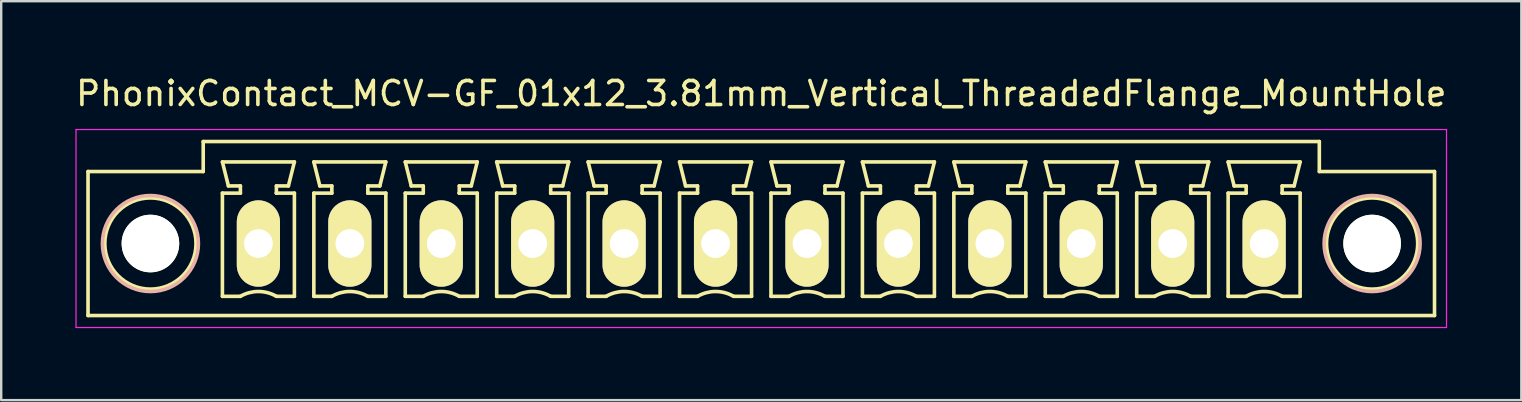
<source format=kicad_pcb>
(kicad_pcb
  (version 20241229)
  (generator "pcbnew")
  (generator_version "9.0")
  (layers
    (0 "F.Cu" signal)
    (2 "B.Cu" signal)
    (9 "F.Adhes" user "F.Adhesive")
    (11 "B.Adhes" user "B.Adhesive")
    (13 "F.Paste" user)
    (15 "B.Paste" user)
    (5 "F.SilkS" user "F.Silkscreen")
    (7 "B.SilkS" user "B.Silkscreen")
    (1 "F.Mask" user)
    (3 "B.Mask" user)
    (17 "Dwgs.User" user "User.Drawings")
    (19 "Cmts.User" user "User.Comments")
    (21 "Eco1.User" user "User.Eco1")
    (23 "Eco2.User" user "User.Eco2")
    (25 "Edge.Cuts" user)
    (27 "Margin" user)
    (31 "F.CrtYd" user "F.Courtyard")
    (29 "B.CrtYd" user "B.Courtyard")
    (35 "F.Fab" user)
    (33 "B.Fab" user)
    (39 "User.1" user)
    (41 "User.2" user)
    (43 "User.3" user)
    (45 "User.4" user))
  (footprint "PhonixContact_MCV-GF_01x12_3.81mm_Vertical_ThreadedFlange_MountHole"
    (layer "F.Cu")
    (at 7.718 7.098)
    (property "Reference" "PhonixContact_MCV-GF_01x12_3.81mm_Vertical_ThreadedFlange_MountHole" (at 20.955 -6.25 0) (layer "F.SilkS") (effects (font (size 1 1) (thickness 0.15))))
    (attr through_hole)
    (fp_line (start -7.1 -3) (end -7.1 3) (stroke (width 0.15) (type solid)) (layer "F.SilkS"))
    (fp_line (start -7.1 3) (end 49.01 3) (stroke (width 0.15) (type solid)) (layer "F.SilkS"))
    (fp_line (start -2.3 -4.25) (end -2.3 -3) (stroke (width 0.15) (type solid)) (layer "F.SilkS"))
    (fp_line (start -2.3 -3) (end -7.1 -3) (stroke (width 0.15) (type solid)) (layer "F.SilkS"))
    (fp_line (start -1.5 -3.4) (end 1.5 -3.4) (stroke (width 0.15) (type solid)) (layer "F.SilkS"))
    (fp_line (start -1.5 -2.1) (end -0.75 -2.1) (stroke (width 0.15) (type solid)) (layer "F.SilkS"))
    (fp_line (start -1.5 2.2) (end -1.5 -2.1) (stroke (width 0.15) (type solid)) (layer "F.SilkS"))
    (fp_line (start -1.25 -2.4) (end -1.5 -3.4) (stroke (width 0.15) (type solid)) (layer "F.SilkS"))
    (fp_line (start -0.75 -2.4) (end -1.25 -2.4) (stroke (width 0.15) (type solid)) (layer "F.SilkS"))
    (fp_line (start -0.75 -2.1) (end -0.75 -2.4) (stroke (width 0.15) (type solid)) (layer "F.SilkS"))
    (fp_line (start -0.75 2.2) (end -1.5 2.2) (stroke (width 0.15) (type solid)) (layer "F.SilkS"))
    (fp_line (start 0.75 -2.4) (end 0.75 -2.1) (stroke (width 0.15) (type solid)) (layer "F.SilkS"))
    (fp_line (start 0.75 -2.1) (end 0.75 -2.1) (stroke (width 0.15) (type solid)) (layer "F.SilkS"))
    (fp_line (start 0.75 -2.1) (end 1.5 -2.1) (stroke (width 0.15) (type solid)) (layer "F.SilkS"))
    (fp_line (start 1.25 -2.4) (end 0.75 -2.4) (stroke (width 0.15) (type solid)) (layer "F.SilkS"))
    (fp_line (start 1.5 -3.4) (end 1.25 -2.4) (stroke (width 0.15) (type solid)) (layer "F.SilkS"))
    (fp_line (start 1.5 -2.1) (end 1.5 2.2) (stroke (width 0.15) (type solid)) (layer "F.SilkS"))
    (fp_line (start 1.5 2.2) (end 0.75 2.2) (stroke (width 0.15) (type solid)) (layer "F.SilkS"))
    (fp_line (start 2.31 -3.4) (end 5.31 -3.4) (stroke (width 0.15) (type solid)) (layer "F.SilkS"))
    (fp_line (start 2.31 -2.1) (end 3.06 -2.1) (stroke (width 0.15) (type solid)) (layer "F.SilkS"))
    (fp_line (start 2.31 2.2) (end 2.31 -2.1) (stroke (width 0.15) (type solid)) (layer "F.SilkS"))
    (fp_line (start 2.56 -2.4) (end 2.31 -3.4) (stroke (width 0.15) (type solid)) (layer "F.SilkS"))
    (fp_line (start 3.06 -2.4) (end 2.56 -2.4) (stroke (width 0.15) (type solid)) (layer "F.SilkS"))
    (fp_line (start 3.06 -2.1) (end 3.06 -2.4) (stroke (width 0.15) (type solid)) (layer "F.SilkS"))
    (fp_line (start 3.06 2.2) (end 2.31 2.2) (stroke (width 0.15) (type solid)) (layer "F.SilkS"))
    (fp_line (start 4.56 -2.4) (end 4.56 -2.1) (stroke (width 0.15) (type solid)) (layer "F.SilkS"))
    (fp_line (start 4.56 -2.1) (end 4.56 -2.1) (stroke (width 0.15) (type solid)) (layer "F.SilkS"))
    (fp_line (start 4.56 -2.1) (end 5.31 -2.1) (stroke (width 0.15) (type solid)) (layer "F.SilkS"))
    (fp_line (start 5.06 -2.4) (end 4.56 -2.4) (stroke (width 0.15) (type solid)) (layer "F.SilkS"))
    (fp_line (start 5.31 -3.4) (end 5.06 -2.4) (stroke (width 0.15) (type solid)) (layer "F.SilkS"))
    (fp_line (start 5.31 -2.1) (end 5.31 2.2) (stroke (width 0.15) (type solid)) (layer "F.SilkS"))
    (fp_line (start 5.31 2.2) (end 4.56 2.2) (stroke (width 0.15) (type solid)) (layer "F.SilkS"))
    (fp_line (start 6.12 -3.4) (end 9.12 -3.4) (stroke (width 0.15) (type solid)) (layer "F.SilkS"))
    (fp_line (start 6.12 -2.1) (end 6.87 -2.1) (stroke (width 0.15) (type solid)) (layer "F.SilkS"))
    (fp_line (start 6.12 2.2) (end 6.12 -2.1) (stroke (width 0.15) (type solid)) (layer "F.SilkS"))
    (fp_line (start 6.37 -2.4) (end 6.12 -3.4) (stroke (width 0.15) (type solid)) (layer "F.SilkS"))
    (fp_line (start 6.87 -2.4) (end 6.37 -2.4) (stroke (width 0.15) (type solid)) (layer "F.SilkS"))
    (fp_line (start 6.87 -2.1) (end 6.87 -2.4) (stroke (width 0.15) (type solid)) (layer "F.SilkS"))
    (fp_line (start 6.87 2.2) (end 6.12 2.2) (stroke (width 0.15) (type solid)) (layer "F.SilkS"))
    (fp_line (start 8.37 -2.4) (end 8.37 -2.1) (stroke (width 0.15) (type solid)) (layer "F.SilkS"))
    (fp_line (start 8.37 -2.1) (end 8.37 -2.1) (stroke (width 0.15) (type solid)) (layer "F.SilkS"))
    (fp_line (start 8.37 -2.1) (end 9.12 -2.1) (stroke (width 0.15) (type solid)) (layer "F.SilkS"))
    (fp_line (start 8.87 -2.4) (end 8.37 -2.4) (stroke (width 0.15) (type solid)) (layer "F.SilkS"))
    (fp_line (start 9.12 -3.4) (end 8.87 -2.4) (stroke (width 0.15) (type solid)) (layer "F.SilkS"))
    (fp_line (start 9.12 -2.1) (end 9.12 2.2) (stroke (width 0.15) (type solid)) (layer "F.SilkS"))
    (fp_line (start 9.12 2.2) (end 8.37 2.2) (stroke (width 0.15) (type solid)) (layer "F.SilkS"))
    (fp_line (start 9.93 -3.4) (end 12.93 -3.4) (stroke (width 0.15) (type solid)) (layer "F.SilkS"))
    (fp_line (start 9.93 -2.1) (end 10.68 -2.1) (stroke (width 0.15) (type solid)) (layer "F.SilkS"))
    (fp_line (start 9.93 2.2) (end 9.93 -2.1) (stroke (width 0.15) (type solid)) (layer "F.SilkS"))
    (fp_line (start 10.18 -2.4) (end 9.93 -3.4) (stroke (width 0.15) (type solid)) (layer "F.SilkS"))
    (fp_line (start 10.68 -2.4) (end 10.18 -2.4) (stroke (width 0.15) (type solid)) (layer "F.SilkS"))
    (fp_line (start 10.68 -2.1) (end 10.68 -2.4) (stroke (width 0.15) (type solid)) (layer "F.SilkS"))
    (fp_line (start 10.68 2.2) (end 9.93 2.2) (stroke (width 0.15) (type solid)) (layer "F.SilkS"))
    (fp_line (start 12.18 -2.4) (end 12.18 -2.1) (stroke (width 0.15) (type solid)) (layer "F.SilkS"))
    (fp_line (start 12.18 -2.1) (end 12.18 -2.1) (stroke (width 0.15) (type solid)) (layer "F.SilkS"))
    (fp_line (start 12.18 -2.1) (end 12.93 -2.1) (stroke (width 0.15) (type solid)) (layer "F.SilkS"))
    (fp_line (start 12.68 -2.4) (end 12.18 -2.4) (stroke (width 0.15) (type solid)) (layer "F.SilkS"))
    (fp_line (start 12.93 -3.4) (end 12.68 -2.4) (stroke (width 0.15) (type solid)) (layer "F.SilkS"))
    (fp_line (start 12.93 -2.1) (end 12.93 2.2) (stroke (width 0.15) (type solid)) (layer "F.SilkS"))
    (fp_line (start 12.93 2.2) (end 12.18 2.2) (stroke (width 0.15) (type solid)) (layer "F.SilkS"))
    (fp_line (start 13.74 -3.4) (end 16.74 -3.4) (stroke (width 0.15) (type solid)) (layer "F.SilkS"))
    (fp_line (start 13.74 -2.1) (end 14.49 -2.1) (stroke (width 0.15) (type solid)) (layer "F.SilkS"))
    (fp_line (start 13.74 2.2) (end 13.74 -2.1) (stroke (width 0.15) (type solid)) (layer "F.SilkS"))
    (fp_line (start 13.99 -2.4) (end 13.74 -3.4) (stroke (width 0.15) (type solid)) (layer "F.SilkS"))
    (fp_line (start 14.49 -2.4) (end 13.99 -2.4) (stroke (width 0.15) (type solid)) (layer "F.SilkS"))
    (fp_line (start 14.49 -2.1) (end 14.49 -2.4) (stroke (width 0.15) (type solid)) (layer "F.SilkS"))
    (fp_line (start 14.49 2.2) (end 13.74 2.2) (stroke (width 0.15) (type solid)) (layer "F.SilkS"))
    (fp_line (start 15.99 -2.4) (end 15.99 -2.1) (stroke (width 0.15) (type solid)) (layer "F.SilkS"))
    (fp_line (start 15.99 -2.1) (end 15.99 -2.1) (stroke (width 0.15) (type solid)) (layer "F.SilkS"))
    (fp_line (start 15.99 -2.1) (end 16.74 -2.1) (stroke (width 0.15) (type solid)) (layer "F.SilkS"))
    (fp_line (start 16.49 -2.4) (end 15.99 -2.4) (stroke (width 0.15) (type solid)) (layer "F.SilkS"))
    (fp_line (start 16.74 -3.4) (end 16.49 -2.4) (stroke (width 0.15) (type solid)) (layer "F.SilkS"))
    (fp_line (start 16.74 -2.1) (end 16.74 2.2) (stroke (width 0.15) (type solid)) (layer "F.SilkS"))
    (fp_line (start 16.74 2.2) (end 15.99 2.2) (stroke (width 0.15) (type solid)) (layer "F.SilkS"))
    (fp_line (start 17.55 -3.4) (end 20.55 -3.4) (stroke (width 0.15) (type solid)) (layer "F.SilkS"))
    (fp_line (start 17.55 -2.1) (end 18.3 -2.1) (stroke (width 0.15) (type solid)) (layer "F.SilkS"))
    (fp_line (start 17.55 2.2) (end 17.55 -2.1) (stroke (width 0.15) (type solid)) (layer "F.SilkS"))
    (fp_line (start 17.8 -2.4) (end 17.55 -3.4) (stroke (width 0.15) (type solid)) (layer "F.SilkS"))
    (fp_line (start 18.3 -2.4) (end 17.8 -2.4) (stroke (width 0.15) (type solid)) (layer "F.SilkS"))
    (fp_line (start 18.3 -2.1) (end 18.3 -2.4) (stroke (width 0.15) (type solid)) (layer "F.SilkS"))
    (fp_line (start 18.3 2.2) (end 17.55 2.2) (stroke (width 0.15) (type solid)) (layer "F.SilkS"))
    (fp_line (start 19.8 -2.4) (end 19.8 -2.1) (stroke (width 0.15) (type solid)) (layer "F.SilkS"))
    (fp_line (start 19.8 -2.1) (end 19.8 -2.1) (stroke (width 0.15) (type solid)) (layer "F.SilkS"))
    (fp_line (start 19.8 -2.1) (end 20.55 -2.1) (stroke (width 0.15) (type solid)) (layer "F.SilkS"))
    (fp_line (start 20.3 -2.4) (end 19.8 -2.4) (stroke (width 0.15) (type solid)) (layer "F.SilkS"))
    (fp_line (start 20.55 -3.4) (end 20.3 -2.4) (stroke (width 0.15) (type solid)) (layer "F.SilkS"))
    (fp_line (start 20.55 -2.1) (end 20.55 2.2) (stroke (width 0.15) (type solid)) (layer "F.SilkS"))
    (fp_line (start 20.55 2.2) (end 19.8 2.2) (stroke (width 0.15) (type solid)) (layer "F.SilkS"))
    (fp_line (start 21.36 -3.4) (end 24.36 -3.4) (stroke (width 0.15) (type solid)) (layer "F.SilkS"))
    (fp_line (start 21.36 -2.1) (end 22.11 -2.1) (stroke (width 0.15) (type solid)) (layer "F.SilkS"))
    (fp_line (start 21.36 2.2) (end 21.36 -2.1) (stroke (width 0.15) (type solid)) (layer "F.SilkS"))
    (fp_line (start 21.61 -2.4) (end 21.36 -3.4) (stroke (width 0.15) (type solid)) (layer "F.SilkS"))
    (fp_line (start 22.11 -2.4) (end 21.61 -2.4) (stroke (width 0.15) (type solid)) (layer "F.SilkS"))
    (fp_line (start 22.11 -2.1) (end 22.11 -2.4) (stroke (width 0.15) (type solid)) (layer "F.SilkS"))
    (fp_line (start 22.11 2.2) (end 21.36 2.2) (stroke (width 0.15) (type solid)) (layer "F.SilkS"))
    (fp_line (start 23.61 -2.4) (end 23.61 -2.1) (stroke (width 0.15) (type solid)) (layer "F.SilkS"))
    (fp_line (start 23.61 -2.1) (end 23.61 -2.1) (stroke (width 0.15) (type solid)) (layer "F.SilkS"))
    (fp_line (start 23.61 -2.1) (end 24.36 -2.1) (stroke (width 0.15) (type solid)) (layer "F.SilkS"))
    (fp_line (start 24.11 -2.4) (end 23.61 -2.4) (stroke (width 0.15) (type solid)) (layer "F.SilkS"))
    (fp_line (start 24.36 -3.4) (end 24.11 -2.4) (stroke (width 0.15) (type solid)) (layer "F.SilkS"))
    (fp_line (start 24.36 -2.1) (end 24.36 2.2) (stroke (width 0.15) (type solid)) (layer "F.SilkS"))
    (fp_line (start 24.36 2.2) (end 23.61 2.2) (stroke (width 0.15) (type solid)) (layer "F.SilkS"))
    (fp_line (start 25.17 -3.4) (end 28.17 -3.4) (stroke (width 0.15) (type solid)) (layer "F.SilkS"))
    (fp_line (start 25.17 -2.1) (end 25.92 -2.1) (stroke (width 0.15) (type solid)) (layer "F.SilkS"))
    (fp_line (start 25.17 2.2) (end 25.17 -2.1) (stroke (width 0.15) (type solid)) (layer "F.SilkS"))
    (fp_line (start 25.42 -2.4) (end 25.17 -3.4) (stroke (width 0.15) (type solid)) (layer "F.SilkS"))
    (fp_line (start 25.92 -2.4) (end 25.42 -2.4) (stroke (width 0.15) (type solid)) (layer "F.SilkS"))
    (fp_line (start 25.92 -2.1) (end 25.92 -2.4) (stroke (width 0.15) (type solid)) (layer "F.SilkS"))
    (fp_line (start 25.92 2.2) (end 25.17 2.2) (stroke (width 0.15) (type solid)) (layer "F.SilkS"))
    (fp_line (start 27.42 -2.4) (end 27.42 -2.1) (stroke (width 0.15) (type solid)) (layer "F.SilkS"))
    (fp_line (start 27.42 -2.1) (end 27.42 -2.1) (stroke (width 0.15) (type solid)) (layer "F.SilkS"))
    (fp_line (start 27.42 -2.1) (end 28.17 -2.1) (stroke (width 0.15) (type solid)) (layer "F.SilkS"))
    (fp_line (start 27.92 -2.4) (end 27.42 -2.4) (stroke (width 0.15) (type solid)) (layer "F.SilkS"))
    (fp_line (start 28.17 -3.4) (end 27.92 -2.4) (stroke (width 0.15) (type solid)) (layer "F.SilkS"))
    (fp_line (start 28.17 -2.1) (end 28.17 2.2) (stroke (width 0.15) (type solid)) (layer "F.SilkS"))
    (fp_line (start 28.17 2.2) (end 27.42 2.2) (stroke (width 0.15) (type solid)) (layer "F.SilkS"))
    (fp_line (start 28.98 -3.4) (end 31.98 -3.4) (stroke (width 0.15) (type solid)) (layer "F.SilkS"))
    (fp_line (start 28.98 -2.1) (end 29.73 -2.1) (stroke (width 0.15) (type solid)) (layer "F.SilkS"))
    (fp_line (start 28.98 2.2) (end 28.98 -2.1) (stroke (width 0.15) (type solid)) (layer "F.SilkS"))
    (fp_line (start 29.23 -2.4) (end 28.98 -3.4) (stroke (width 0.15) (type solid)) (layer "F.SilkS"))
    (fp_line (start 29.73 -2.4) (end 29.23 -2.4) (stroke (width 0.15) (type solid)) (layer "F.SilkS"))
    (fp_line (start 29.73 -2.1) (end 29.73 -2.4) (stroke (width 0.15) (type solid)) (layer "F.SilkS"))
    (fp_line (start 29.73 2.2) (end 28.98 2.2) (stroke (width 0.15) (type solid)) (layer "F.SilkS"))
    (fp_line (start 31.23 -2.4) (end 31.23 -2.1) (stroke (width 0.15) (type solid)) (layer "F.SilkS"))
    (fp_line (start 31.23 -2.1) (end 31.23 -2.1) (stroke (width 0.15) (type solid)) (layer "F.SilkS"))
    (fp_line (start 31.23 -2.1) (end 31.98 -2.1) (stroke (width 0.15) (type solid)) (layer "F.SilkS"))
    (fp_line (start 31.73 -2.4) (end 31.23 -2.4) (stroke (width 0.15) (type solid)) (layer "F.SilkS"))
    (fp_line (start 31.98 -3.4) (end 31.73 -2.4) (stroke (width 0.15) (type solid)) (layer "F.SilkS"))
    (fp_line (start 31.98 -2.1) (end 31.98 2.2) (stroke (width 0.15) (type solid)) (layer "F.SilkS"))
    (fp_line (start 31.98 2.2) (end 31.23 2.2) (stroke (width 0.15) (type solid)) (layer "F.SilkS"))
    (fp_line (start 32.79 -3.4) (end 35.79 -3.4) (stroke (width 0.15) (type solid)) (layer "F.SilkS"))
    (fp_line (start 32.79 -2.1) (end 33.54 -2.1) (stroke (width 0.15) (type solid)) (layer "F.SilkS"))
    (fp_line (start 32.79 2.2) (end 32.79 -2.1) (stroke (width 0.15) (type solid)) (layer "F.SilkS"))
    (fp_line (start 33.04 -2.4) (end 32.79 -3.4) (stroke (width 0.15) (type solid)) (layer "F.SilkS"))
    (fp_line (start 33.54 -2.4) (end 33.04 -2.4) (stroke (width 0.15) (type solid)) (layer "F.SilkS"))
    (fp_line (start 33.54 -2.1) (end 33.54 -2.4) (stroke (width 0.15) (type solid)) (layer "F.SilkS"))
    (fp_line (start 33.54 2.2) (end 32.79 2.2) (stroke (width 0.15) (type solid)) (layer "F.SilkS"))
    (fp_line (start 35.04 -2.4) (end 35.04 -2.1) (stroke (width 0.15) (type solid)) (layer "F.SilkS"))
    (fp_line (start 35.04 -2.1) (end 35.04 -2.1) (stroke (width 0.15) (type solid)) (layer "F.SilkS"))
    (fp_line (start 35.04 -2.1) (end 35.79 -2.1) (stroke (width 0.15) (type solid)) (layer "F.SilkS"))
    (fp_line (start 35.54 -2.4) (end 35.04 -2.4) (stroke (width 0.15) (type solid)) (layer "F.SilkS"))
    (fp_line (start 35.79 -3.4) (end 35.54 -2.4) (stroke (width 0.15) (type solid)) (layer "F.SilkS"))
    (fp_line (start 35.79 -2.1) (end 35.79 2.2) (stroke (width 0.15) (type solid)) (layer "F.SilkS"))
    (fp_line (start 35.79 2.2) (end 35.04 2.2) (stroke (width 0.15) (type solid)) (layer "F.SilkS"))
    (fp_line (start 36.6 -3.4) (end 39.6 -3.4) (stroke (width 0.15) (type solid)) (layer "F.SilkS"))
    (fp_line (start 36.6 -2.1) (end 37.35 -2.1) (stroke (width 0.15) (type solid)) (layer "F.SilkS"))
    (fp_line (start 36.6 2.2) (end 36.6 -2.1) (stroke (width 0.15) (type solid)) (layer "F.SilkS"))
    (fp_line (start 36.85 -2.4) (end 36.6 -3.4) (stroke (width 0.15) (type solid)) (layer "F.SilkS"))
    (fp_line (start 37.35 -2.4) (end 36.85 -2.4) (stroke (width 0.15) (type solid)) (layer "F.SilkS"))
    (fp_line (start 37.35 -2.1) (end 37.35 -2.4) (stroke (width 0.15) (type solid)) (layer "F.SilkS"))
    (fp_line (start 37.35 2.2) (end 36.6 2.2) (stroke (width 0.15) (type solid)) (layer "F.SilkS"))
    (fp_line (start 38.85 -2.4) (end 38.85 -2.1) (stroke (width 0.15) (type solid)) (layer "F.SilkS"))
    (fp_line (start 38.85 -2.1) (end 38.85 -2.1) (stroke (width 0.15) (type solid)) (layer "F.SilkS"))
    (fp_line (start 38.85 -2.1) (end 39.6 -2.1) (stroke (width 0.15) (type solid)) (layer "F.SilkS"))
    (fp_line (start 39.35 -2.4) (end 38.85 -2.4) (stroke (width 0.15) (type solid)) (layer "F.SilkS"))
    (fp_line (start 39.6 -3.4) (end 39.35 -2.4) (stroke (width 0.15) (type solid)) (layer "F.SilkS"))
    (fp_line (start 39.6 -2.1) (end 39.6 2.2) (stroke (width 0.15) (type solid)) (layer "F.SilkS"))
    (fp_line (start 39.6 2.2) (end 38.85 2.2) (stroke (width 0.15) (type solid)) (layer "F.SilkS"))
    (fp_line (start 40.41 -3.4) (end 43.41 -3.4) (stroke (width 0.15) (type solid)) (layer "F.SilkS"))
    (fp_line (start 40.41 -2.1) (end 41.16 -2.1) (stroke (width 0.15) (type solid)) (layer "F.SilkS"))
    (fp_line (start 40.41 2.2) (end 40.41 -2.1) (stroke (width 0.15) (type solid)) (layer "F.SilkS"))
    (fp_line (start 40.66 -2.4) (end 40.41 -3.4) (stroke (width 0.15) (type solid)) (layer "F.SilkS"))
    (fp_line (start 41.16 -2.4) (end 40.66 -2.4) (stroke (width 0.15) (type solid)) (layer "F.SilkS"))
    (fp_line (start 41.16 -2.1) (end 41.16 -2.4) (stroke (width 0.15) (type solid)) (layer "F.SilkS"))
    (fp_line (start 41.16 2.2) (end 40.41 2.2) (stroke (width 0.15) (type solid)) (layer "F.SilkS"))
    (fp_line (start 42.66 -2.4) (end 42.66 -2.1) (stroke (width 0.15) (type solid)) (layer "F.SilkS"))
    (fp_line (start 42.66 -2.1) (end 42.66 -2.1) (stroke (width 0.15) (type solid)) (layer "F.SilkS"))
    (fp_line (start 42.66 -2.1) (end 43.41 -2.1) (stroke (width 0.15) (type solid)) (layer "F.SilkS"))
    (fp_line (start 43.16 -2.4) (end 42.66 -2.4) (stroke (width 0.15) (type solid)) (layer "F.SilkS"))
    (fp_line (start 43.41 -3.4) (end 43.16 -2.4) (stroke (width 0.15) (type solid)) (layer "F.SilkS"))
    (fp_line (start 43.41 -2.1) (end 43.41 2.2) (stroke (width 0.15) (type solid)) (layer "F.SilkS"))
    (fp_line (start 43.41 2.2) (end 42.66 2.2) (stroke (width 0.15) (type solid)) (layer "F.SilkS"))
    (fp_line (start 44.21 -4.25) (end -2.3 -4.25) (stroke (width 0.15) (type solid)) (layer "F.SilkS"))
    (fp_line (start 44.21 -3) (end 44.21 -4.25) (stroke (width 0.15) (type solid)) (layer "F.SilkS"))
    (fp_line (start 49.01 -3) (end 44.21 -3) (stroke (width 0.15) (type solid)) (layer "F.SilkS"))
    (fp_line (start 49.01 3) (end 49.01 -3) (stroke (width 0.15) (type solid)) (layer "F.SilkS"))
    (fp_arc (start -0.75 2.2) (mid -0.006068 1.999179) (end 0.739464 2.193978) (stroke (width 0.15) (type solid)) (layer "F.SilkS"))
    (fp_arc (start 3.06 2.2) (mid 3.803932 1.999179) (end 4.549464 2.193978) (stroke (width 0.15) (type solid)) (layer "F.SilkS"))
    (fp_arc (start 6.87 2.2) (mid 7.613932 1.999179) (end 8.359464 2.193978) (stroke (width 0.15) (type solid)) (layer "F.SilkS"))
    (fp_arc (start 10.68 2.2) (mid 11.423932 1.999179) (end 12.169464 2.193978) (stroke (width 0.15) (type solid)) (layer "F.SilkS"))
    (fp_arc (start 14.49 2.2) (mid 15.233932 1.999179) (end 15.979464 2.193978) (stroke (width 0.15) (type solid)) (layer "F.SilkS"))
    (fp_arc (start 18.3 2.2) (mid 19.043932 1.999179) (end 19.789464 2.193978) (stroke (width 0.15) (type solid)) (layer "F.SilkS"))
    (fp_arc (start 22.11 2.2) (mid 22.853932 1.999179) (end 23.599464 2.193978) (stroke (width 0.15) (type solid)) (layer "F.SilkS"))
    (fp_arc (start 25.92 2.2) (mid 26.663932 1.999179) (end 27.409464 2.193978) (stroke (width 0.15) (type solid)) (layer "F.SilkS"))
    (fp_arc (start 29.73 2.2) (mid 30.473932 1.999179) (end 31.219464 2.193978) (stroke (width 0.15) (type solid)) (layer "F.SilkS"))
    (fp_arc (start 33.54 2.2) (mid 34.283932 1.999179) (end 35.029464 2.193978) (stroke (width 0.15) (type solid)) (layer "F.SilkS"))
    (fp_arc (start 37.35 2.2) (mid 38.093932 1.999179) (end 38.839464 2.193978) (stroke (width 0.15) (type solid)) (layer "F.SilkS"))
    (fp_arc (start 41.16 2.2) (mid 41.903932 1.999179) (end 42.649464 2.193978) (stroke (width 0.15) (type solid)) (layer "F.SilkS"))
    (fp_circle (center -4.5 0) (end -2.6 0) (stroke (width 0.15) (type solid)) (fill no) (layer "F.SilkS"))
    (fp_circle (center 46.41 0) (end 48.31 0) (stroke (width 0.15) (type solid)) (fill no) (layer "F.SilkS"))
    (fp_circle (center -4.5 0) (end -2.5 0) (stroke (width 0.15) (type solid)) (fill no) (layer "B.SilkS"))
    (fp_circle (center 46.41 0) (end 48.41 0) (stroke (width 0.15) (type solid)) (fill no) (layer "B.SilkS"))
    (fp_line (start -7.6 -4.75) (end -7.6 3.5) (stroke (width 0.05) (type solid)) (layer "F.CrtYd"))
    (fp_line (start -7.6 3.5) (end 49.51 3.5) (stroke (width 0.05) (type solid)) (layer "F.CrtYd"))
    (fp_line (start 49.51 -4.75) (end -7.6 -4.75) (stroke (width 0.05) (type solid)) (layer "F.CrtYd"))
    (fp_line (start 49.51 3.5) (end 49.51 -4.75) (stroke (width 0.05) (type solid)) (layer "F.CrtYd"))
    (pad "" np_thru_hole circle (at -4.5 0) (size 2.4 2.4) (drill 2.4) (layers "*.Cu" "*.Mask" "F.SilkS"))
    (pad "" np_thru_hole circle (at 46.41 0) (size 2.4 2.4) (drill 2.4) (layers "*.Cu" "*.Mask" "F.SilkS"))
    (pad "1" thru_hole oval (at 0 0) (size 1.8 3.6) (drill 1.2) (layers "*.Cu" "*.Mask" "F.SilkS"))
    (pad "2" thru_hole oval (at 3.81 0) (size 1.8 3.6) (drill 1.2) (layers "*.Cu" "*.Mask" "F.SilkS"))
    (pad "3" thru_hole oval (at 7.62 0) (size 1.8 3.6) (drill 1.2) (layers "*.Cu" "*.Mask" "F.SilkS"))
    (pad "4" thru_hole oval (at 11.43 0) (size 1.8 3.6) (drill 1.2) (layers "*.Cu" "*.Mask" "F.SilkS"))
    (pad "5" thru_hole oval (at 15.24 0) (size 1.8 3.6) (drill 1.2) (layers "*.Cu" "*.Mask" "F.SilkS"))
    (pad "6" thru_hole oval (at 19.05 0) (size 1.8 3.6) (drill 1.2) (layers "*.Cu" "*.Mask" "F.SilkS"))
    (pad "7" thru_hole oval (at 22.86 0) (size 1.8 3.6) (drill 1.2) (layers "*.Cu" "*.Mask" "F.SilkS"))
    (pad "8" thru_hole oval (at 26.67 0) (size 1.8 3.6) (drill 1.2) (layers "*.Cu" "*.Mask" "F.SilkS"))
    (pad "9" thru_hole oval (at 30.48 0) (size 1.8 3.6) (drill 1.2) (layers "*.Cu" "*.Mask" "F.SilkS"))
    (pad "10" thru_hole oval (at 34.29 0) (size 1.8 3.6) (drill 1.2) (layers "*.Cu" "*.Mask" "F.SilkS"))
    (pad "11" thru_hole oval (at 38.1 0) (size 1.8 3.6) (drill 1.2) (layers "*.Cu" "*.Mask" "F.SilkS"))
    (pad "12" thru_hole oval (at 41.91 0) (size 1.8 3.6) (drill 1.2) (layers "*.Cu" "*.Mask" "F.SilkS")))
  (gr_rect
    (start -3 -3)
    (end 60.345 13.623)
    (stroke (width 0.1) (type default))
    (fill no)
    (layer "Edge.Cuts")))
</source>
